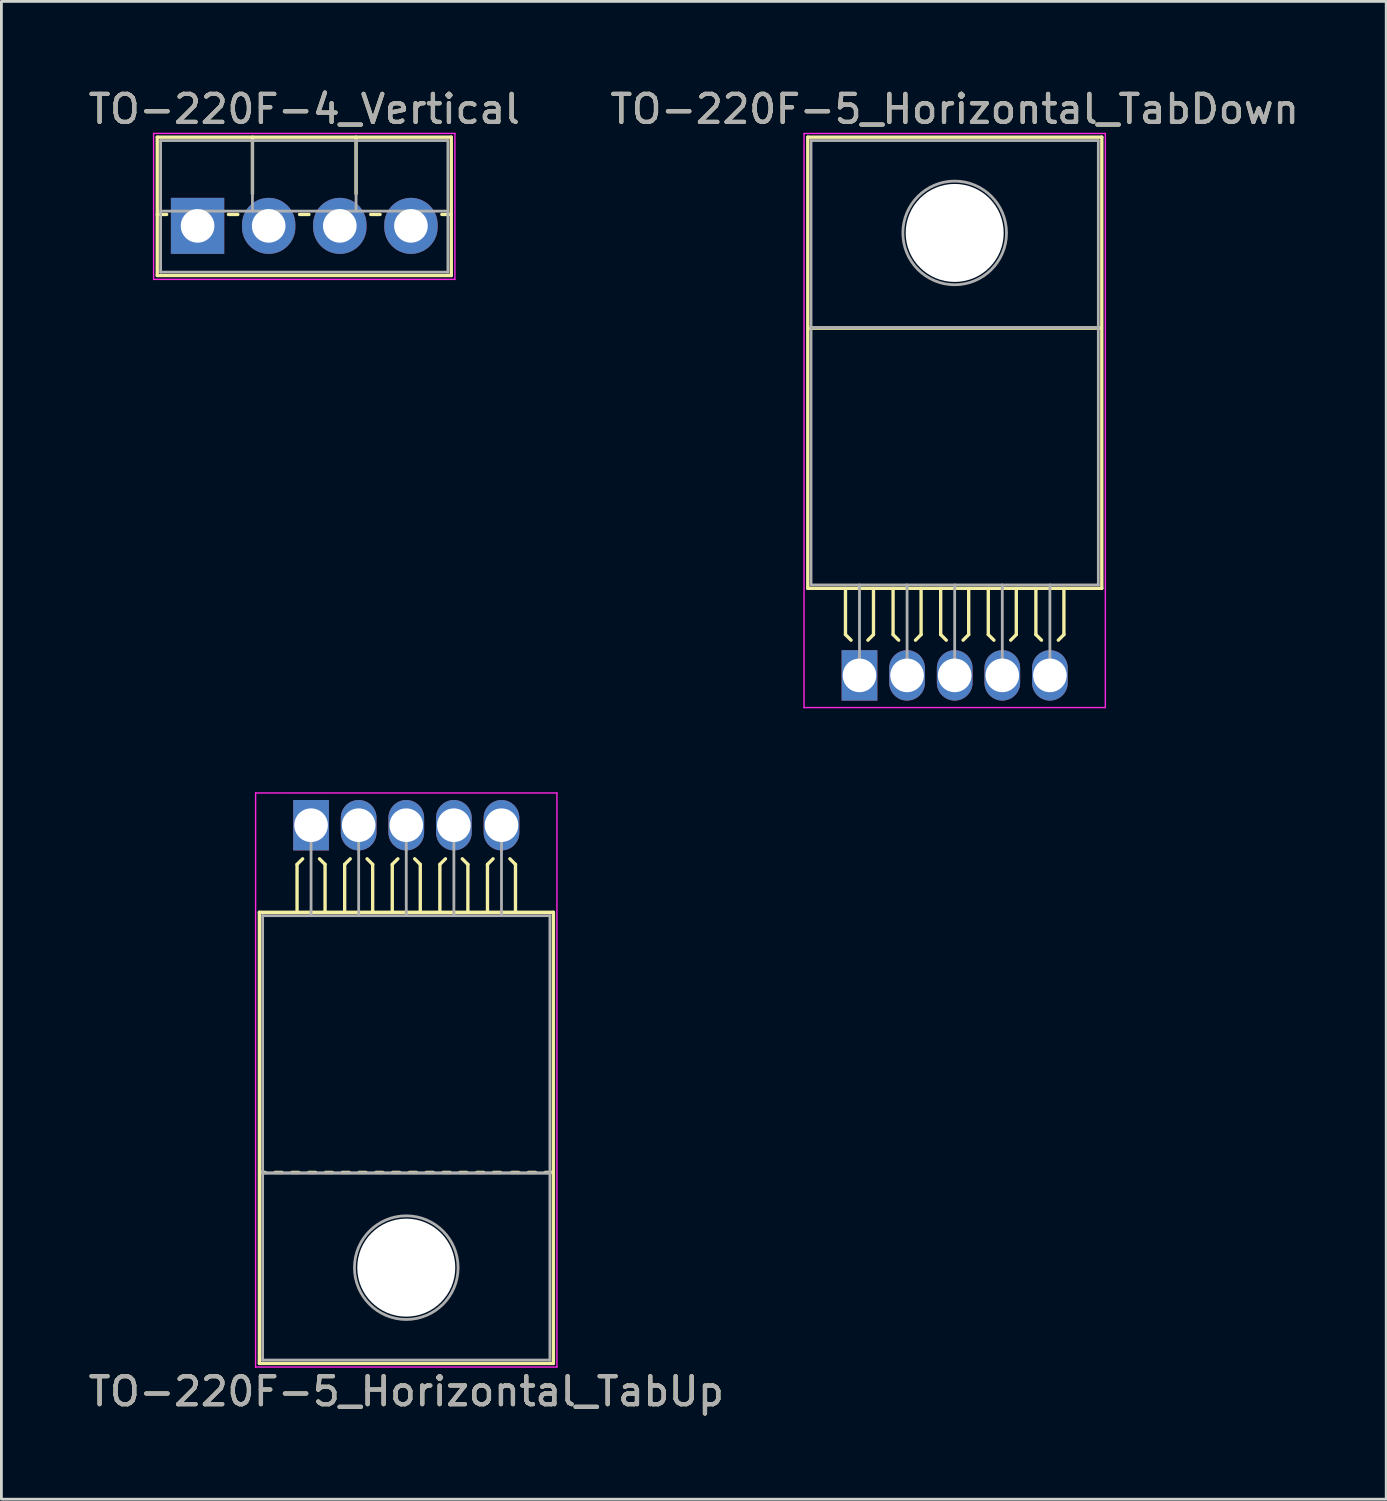
<source format=kicad_pcb>
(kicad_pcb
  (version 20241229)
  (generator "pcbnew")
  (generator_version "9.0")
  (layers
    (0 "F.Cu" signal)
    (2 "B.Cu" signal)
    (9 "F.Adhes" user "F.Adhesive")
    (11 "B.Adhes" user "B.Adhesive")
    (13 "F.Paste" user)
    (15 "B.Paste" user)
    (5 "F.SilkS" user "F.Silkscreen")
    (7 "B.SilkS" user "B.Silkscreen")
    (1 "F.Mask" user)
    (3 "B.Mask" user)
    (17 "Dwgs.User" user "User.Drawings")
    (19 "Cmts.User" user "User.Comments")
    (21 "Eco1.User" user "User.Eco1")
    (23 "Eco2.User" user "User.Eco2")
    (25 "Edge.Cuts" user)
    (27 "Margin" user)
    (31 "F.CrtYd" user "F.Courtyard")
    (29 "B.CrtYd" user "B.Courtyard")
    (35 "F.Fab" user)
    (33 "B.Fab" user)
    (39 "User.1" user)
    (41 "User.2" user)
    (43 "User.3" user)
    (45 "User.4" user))
  (footprint "TO-220F-5_Horizontal_TabDown"
    (layer "F.Cu")
    (at 27.642 21.068)
    (property "Reference" "TO-220F-5_Horizontal_TabDown" (at 3.4 -20.22 0) (layer "F.SilkS") (effects (font (size 1 1) (thickness 0.15))))
    (attr through_hole)
    (fp_line (start -1.846 -19.22) (end -1.846 -3.11) (stroke (width 0.12) (type solid)) (layer "F.SilkS"))
    (fp_line (start -1.846 -19.22) (end 8.654 -19.22) (stroke (width 0.12) (type solid)) (layer "F.SilkS"))
    (fp_line (start -1.846 -3.11) (end 8.654 -3.11) (stroke (width 0.12) (type solid)) (layer "F.SilkS"))
    (fp_line (start -1.836 -12.4) (end 8.614 -12.4) (stroke (width 0.12) (type solid)) (layer "F.SilkS"))
    (fp_line (start -0.5 -3.105) (end -0.5 -1.457) (stroke (width 0.12) (type solid)) (layer "F.SilkS"))
    (fp_line (start -0.5 -1.457) (end -0.3 -1.257) (stroke (width 0.12) (type solid)) (layer "F.SilkS"))
    (fp_line (start 0.5 -3.105) (end 0.5 -1.457) (stroke (width 0.12) (type solid)) (layer "F.SilkS"))
    (fp_line (start 0.5 -1.457) (end 0.3 -1.257) (stroke (width 0.12) (type solid)) (layer "F.SilkS"))
    (fp_line (start 1.2 -3.105) (end 1.2 -1.457) (stroke (width 0.12) (type solid)) (layer "F.SilkS"))
    (fp_line (start 1.2 -1.457) (end 1.4 -1.257) (stroke (width 0.12) (type solid)) (layer "F.SilkS"))
    (fp_line (start 2.2 -3.105) (end 2.2 -1.457) (stroke (width 0.12) (type solid)) (layer "F.SilkS"))
    (fp_line (start 2.2 -1.457) (end 2 -1.257) (stroke (width 0.12) (type solid)) (layer "F.SilkS"))
    (fp_line (start 2.9 -3.105) (end 2.9 -1.457) (stroke (width 0.12) (type solid)) (layer "F.SilkS"))
    (fp_line (start 2.9 -1.457) (end 3.1 -1.257) (stroke (width 0.12) (type solid)) (layer "F.SilkS"))
    (fp_line (start 3.9 -3.105) (end 3.9 -1.457) (stroke (width 0.12) (type solid)) (layer "F.SilkS"))
    (fp_line (start 3.9 -1.457) (end 3.7 -1.257) (stroke (width 0.12) (type solid)) (layer "F.SilkS"))
    (fp_line (start 4.6 -3.105) (end 4.6 -1.457) (stroke (width 0.12) (type solid)) (layer "F.SilkS"))
    (fp_line (start 4.6 -1.457) (end 4.8 -1.257) (stroke (width 0.12) (type solid)) (layer "F.SilkS"))
    (fp_line (start 5.6 -3.105) (end 5.6 -1.457) (stroke (width 0.12) (type solid)) (layer "F.SilkS"))
    (fp_line (start 5.6 -1.457) (end 5.4 -1.257) (stroke (width 0.12) (type solid)) (layer "F.SilkS"))
    (fp_line (start 6.3 -3.105) (end 6.3 -1.457) (stroke (width 0.12) (type solid)) (layer "F.SilkS"))
    (fp_line (start 6.3 -1.457) (end 6.5 -1.257) (stroke (width 0.12) (type solid)) (layer "F.SilkS"))
    (fp_line (start 7.3 -3.105) (end 7.3 -1.457) (stroke (width 0.12) (type solid)) (layer "F.SilkS"))
    (fp_line (start 7.3 -1.457) (end 7.1 -1.257) (stroke (width 0.12) (type solid)) (layer "F.SilkS"))
    (fp_line (start 8.654 -19.22) (end 8.654 -3.11) (stroke (width 0.12) (type solid)) (layer "F.SilkS"))
    (fp_line (start -1.98 -19.35) (end -1.98 1.15) (stroke (width 0.05) (type solid)) (layer "F.CrtYd"))
    (fp_line (start -1.98 1.15) (end 8.78 1.15) (stroke (width 0.05) (type solid)) (layer "F.CrtYd"))
    (fp_line (start 8.78 -19.35) (end -1.98 -19.35) (stroke (width 0.05) (type solid)) (layer "F.CrtYd"))
    (fp_line (start 8.78 1.15) (end 8.78 -19.35) (stroke (width 0.05) (type solid)) (layer "F.CrtYd"))
    (fp_line (start -1.73 -19.1) (end 8.53 -19.1) (stroke (width 0.1) (type solid)) (layer "F.Fab"))
    (fp_line (start -1.73 -12.42) (end -1.73 -19.1) (stroke (width 0.1) (type solid)) (layer "F.Fab"))
    (fp_line (start -1.73 -12.42) (end 8.53 -12.42) (stroke (width 0.1) (type solid)) (layer "F.Fab"))
    (fp_line (start -1.73 -3.23) (end -1.73 -12.42) (stroke (width 0.1) (type solid)) (layer "F.Fab"))
    (fp_line (start 0 -3.23) (end 0 0) (stroke (width 0.1) (type solid)) (layer "F.Fab"))
    (fp_line (start 1.7 -3.23) (end 1.7 0) (stroke (width 0.1) (type solid)) (layer "F.Fab"))
    (fp_line (start 3.4 -3.23) (end 3.4 0) (stroke (width 0.1) (type solid)) (layer "F.Fab"))
    (fp_line (start 5.1 -3.23) (end 5.1 0) (stroke (width 0.1) (type solid)) (layer "F.Fab"))
    (fp_line (start 6.8 -3.23) (end 6.8 0) (stroke (width 0.1) (type solid)) (layer "F.Fab"))
    (fp_line (start 8.53 -19.1) (end 8.53 -12.42) (stroke (width 0.1) (type solid)) (layer "F.Fab"))
    (fp_line (start 8.53 -12.42) (end -1.73 -12.42) (stroke (width 0.1) (type solid)) (layer "F.Fab"))
    (fp_line (start 8.53 -12.42) (end 8.53 -3.23) (stroke (width 0.1) (type solid)) (layer "F.Fab"))
    (fp_line (start 8.53 -3.23) (end -1.73 -3.23) (stroke (width 0.1) (type solid)) (layer "F.Fab"))
    (fp_circle (center 3.4 -15.8) (end 5.25 -15.8) (stroke (width 0.1) (type solid)) (fill no) (layer "F.Fab"))
    (fp_text user "${REFERENCE}" (at 3.4 -20.22 0) (layer "F.Fab") (effects (font (size 1 1) (thickness 0.15))))
    (pad "" np_thru_hole oval (at 3.4 -15.8) (size 3.5 3.5) (drill 3.5) (layers "*.Cu" "*.Mask"))
    (pad "1" thru_hole rect (at 0 0) (size 1.275 1.8) (drill 1.2) (layers "*.Cu" "*.Mask"))
    (pad "2" thru_hole oval (at 1.7 0) (size 1.275 1.8) (drill 1.2) (layers "*.Cu" "*.Mask"))
    (pad "3" thru_hole oval (at 3.4 0) (size 1.275 1.8) (drill 1.2) (layers "*.Cu" "*.Mask"))
    (pad "4" thru_hole oval (at 5.1 0) (size 1.275 1.8) (drill 1.2) (layers "*.Cu" "*.Mask"))
    (pad "5" thru_hole oval (at 6.8 0) (size 1.275 1.8) (drill 1.2) (layers "*.Cu" "*.Mask")))
  (footprint "TO-220F-5_Horizontal_TabUp"
    (layer "F.Cu")
    (at 8.058 26.418)
    (property "Reference" "TO-220F-5_Horizontal_TabUp" (at 3.4 20.22 0) (layer "F.SilkS") (effects (font (size 1 1) (thickness 0.15))))
    (attr through_hole)
    (fp_line (start -1.846 19.22) (end -1.846 3.11) (stroke (width 0.12) (type solid)) (layer "F.SilkS"))
    (fp_line (start -1.636 12.4) (end -1.836 12.4) (stroke (width 0.12) (type solid)) (layer "F.SilkS"))
    (fp_line (start -1.036 12.4) (end -1.286 12.4) (stroke (width 0.12) (type solid)) (layer "F.SilkS"))
    (fp_line (start -0.5 1.4) (end -0.3 1.2) (stroke (width 0.12) (type solid)) (layer "F.SilkS"))
    (fp_line (start -0.5 3.048) (end -0.5 1.4) (stroke (width 0.12) (type solid)) (layer "F.SilkS"))
    (fp_line (start -0.436 12.4) (end -0.686 12.4) (stroke (width 0.12) (type solid)) (layer "F.SilkS"))
    (fp_line (start 0.164 12.4) (end -0.086 12.4) (stroke (width 0.12) (type solid)) (layer "F.SilkS"))
    (fp_line (start 0.5 1.4) (end 0.3 1.2) (stroke (width 0.12) (type solid)) (layer "F.SilkS"))
    (fp_line (start 0.5 3.048) (end 0.5 1.4) (stroke (width 0.12) (type solid)) (layer "F.SilkS"))
    (fp_line (start 0.764 12.4) (end 0.514 12.4) (stroke (width 0.12) (type solid)) (layer "F.SilkS"))
    (fp_line (start 1.2 1.4) (end 1.4 1.2) (stroke (width 0.12) (type solid)) (layer "F.SilkS"))
    (fp_line (start 1.2 3.048) (end 1.2 1.4) (stroke (width 0.12) (type solid)) (layer "F.SilkS"))
    (fp_line (start 1.364 12.4) (end 1.114 12.4) (stroke (width 0.12) (type solid)) (layer "F.SilkS"))
    (fp_line (start 1.964 12.4) (end 1.714 12.4) (stroke (width 0.12) (type solid)) (layer "F.SilkS"))
    (fp_line (start 2.2 1.4) (end 2 1.2) (stroke (width 0.12) (type solid)) (layer "F.SilkS"))
    (fp_line (start 2.2 3.048) (end 2.2 1.4) (stroke (width 0.12) (type solid)) (layer "F.SilkS"))
    (fp_line (start 2.564 12.4) (end 2.314 12.4) (stroke (width 0.12) (type solid)) (layer "F.SilkS"))
    (fp_line (start 2.9 1.4) (end 3.1 1.2) (stroke (width 0.12) (type solid)) (layer "F.SilkS"))
    (fp_line (start 2.9 3.048) (end 2.9 1.4) (stroke (width 0.12) (type solid)) (layer "F.SilkS"))
    (fp_line (start 3.164 12.4) (end 2.914 12.4) (stroke (width 0.12) (type solid)) (layer "F.SilkS"))
    (fp_line (start 3.764 12.4) (end 3.514 12.4) (stroke (width 0.12) (type solid)) (layer "F.SilkS"))
    (fp_line (start 3.9 1.4) (end 3.7 1.2) (stroke (width 0.12) (type solid)) (layer "F.SilkS"))
    (fp_line (start 3.9 3.048) (end 3.9 1.4) (stroke (width 0.12) (type solid)) (layer "F.SilkS"))
    (fp_line (start 4.364 12.4) (end 4.114 12.4) (stroke (width 0.12) (type solid)) (layer "F.SilkS"))
    (fp_line (start 4.6 1.4) (end 4.8 1.2) (stroke (width 0.12) (type solid)) (layer "F.SilkS"))
    (fp_line (start 4.6 3.048) (end 4.6 1.4) (stroke (width 0.12) (type solid)) (layer "F.SilkS"))
    (fp_line (start 4.964 12.4) (end 4.714 12.4) (stroke (width 0.12) (type solid)) (layer "F.SilkS"))
    (fp_line (start 5.564 12.4) (end 5.314 12.4) (stroke (width 0.12) (type solid)) (layer "F.SilkS"))
    (fp_line (start 5.6 1.4) (end 5.4 1.2) (stroke (width 0.12) (type solid)) (layer "F.SilkS"))
    (fp_line (start 5.6 3.048) (end 5.6 1.4) (stroke (width 0.12) (type solid)) (layer "F.SilkS"))
    (fp_line (start 6.164 12.4) (end 5.914 12.4) (stroke (width 0.12) (type solid)) (layer "F.SilkS"))
    (fp_line (start 6.3 1.4) (end 6.5 1.2) (stroke (width 0.12) (type solid)) (layer "F.SilkS"))
    (fp_line (start 6.3 3.048) (end 6.3 1.4) (stroke (width 0.12) (type solid)) (layer "F.SilkS"))
    (fp_line (start 6.764 12.4) (end 6.514 12.4) (stroke (width 0.12) (type solid)) (layer "F.SilkS"))
    (fp_line (start 7.3 1.4) (end 7.1 1.2) (stroke (width 0.12) (type solid)) (layer "F.SilkS"))
    (fp_line (start 7.3 3.048) (end 7.3 1.4) (stroke (width 0.12) (type solid)) (layer "F.SilkS"))
    (fp_line (start 7.414 12.4) (end 7.164 12.4) (stroke (width 0.12) (type solid)) (layer "F.SilkS"))
    (fp_line (start 8.014 12.4) (end 7.764 12.4) (stroke (width 0.12) (type solid)) (layer "F.SilkS"))
    (fp_line (start 8.614 12.4) (end 8.364 12.4) (stroke (width 0.12) (type solid)) (layer "F.SilkS"))
    (fp_line (start 8.654 3.11) (end -1.846 3.11) (stroke (width 0.12) (type solid)) (layer "F.SilkS"))
    (fp_line (start 8.654 19.22) (end -1.846 19.22) (stroke (width 0.12) (type solid)) (layer "F.SilkS"))
    (fp_line (start 8.654 19.22) (end 8.654 3.11) (stroke (width 0.12) (type solid)) (layer "F.SilkS"))
    (fp_line (start -1.98 -1.15) (end -1.98 19.35) (stroke (width 0.05) (type solid)) (layer "F.CrtYd"))
    (fp_line (start -1.98 19.35) (end 8.78 19.35) (stroke (width 0.05) (type solid)) (layer "F.CrtYd"))
    (fp_line (start 8.78 -1.15) (end -1.98 -1.15) (stroke (width 0.05) (type solid)) (layer "F.CrtYd"))
    (fp_line (start 8.78 19.35) (end 8.78 -1.15) (stroke (width 0.05) (type solid)) (layer "F.CrtYd"))
    (fp_line (start -1.73 3.23) (end -1.73 12.42) (stroke (width 0.1) (type solid)) (layer "F.Fab"))
    (fp_line (start -1.73 12.42) (end -1.73 19.1) (stroke (width 0.1) (type solid)) (layer "F.Fab"))
    (fp_line (start -1.73 12.42) (end 8.53 12.42) (stroke (width 0.1) (type solid)) (layer "F.Fab"))
    (fp_line (start -1.73 19.1) (end 8.53 19.1) (stroke (width 0.1) (type solid)) (layer "F.Fab"))
    (fp_line (start 0 3.23) (end 0 0) (stroke (width 0.1) (type solid)) (layer "F.Fab"))
    (fp_line (start 1.7 3.23) (end 1.7 0) (stroke (width 0.1) (type solid)) (layer "F.Fab"))
    (fp_line (start 3.4 3.23) (end 3.4 0) (stroke (width 0.1) (type solid)) (layer "F.Fab"))
    (fp_line (start 5.1 3.23) (end 5.1 0) (stroke (width 0.1) (type solid)) (layer "F.Fab"))
    (fp_line (start 6.8 3.23) (end 6.8 0) (stroke (width 0.1) (type solid)) (layer "F.Fab"))
    (fp_line (start 8.53 3.23) (end -1.73 3.23) (stroke (width 0.1) (type solid)) (layer "F.Fab"))
    (fp_line (start 8.53 12.42) (end -1.73 12.42) (stroke (width 0.1) (type solid)) (layer "F.Fab"))
    (fp_line (start 8.53 12.42) (end 8.53 3.23) (stroke (width 0.1) (type solid)) (layer "F.Fab"))
    (fp_line (start 8.53 19.1) (end 8.53 12.42) (stroke (width 0.1) (type solid)) (layer "F.Fab"))
    (fp_circle (center 3.4 15.8) (end 5.25 15.8) (stroke (width 0.1) (type solid)) (fill no) (layer "F.Fab"))
    (fp_text user "${REFERENCE}" (at 3.4 20.22 0) (layer "F.Fab") (effects (font (size 1 1) (thickness 0.15))))
    (pad "" np_thru_hole oval (at 3.4 15.8) (size 3.5 3.5) (drill 3.5) (layers "*.Cu" "*.Mask"))
    (pad "1" thru_hole rect (at 0 0) (size 1.275 1.8) (drill 1.2) (layers "*.Cu" "*.Mask"))
    (pad "2" thru_hole oval (at 1.7 0) (size 1.275 1.8) (drill 1.2) (layers "*.Cu" "*.Mask"))
    (pad "3" thru_hole oval (at 3.4 0) (size 1.275 1.8) (drill 1.2) (layers "*.Cu" "*.Mask"))
    (pad "4" thru_hole oval (at 5.1 0) (size 1.275 1.8) (drill 1.2) (layers "*.Cu" "*.Mask"))
    (pad "5" thru_hole oval (at 6.8 0) (size 1.275 1.8) (drill 1.2) (layers "*.Cu" "*.Mask")))
  (footprint "TO-220F-4_Vertical"
    (layer "F.Cu")
    (at 4.005 5.016)
    (property "Reference" "TO-220F-4_Vertical" (at 3.81 -4.168 0) (layer "F.SilkS") (effects (font (size 1 1) (thickness 0.15))))
    (attr through_hole)
    (fp_line (start -1.44 -3.168) (end -1.44 1.773) (stroke (width 0.12) (type solid)) (layer "F.SilkS"))
    (fp_line (start -1.44 -3.168) (end 9.06 -3.168) (stroke (width 0.12) (type solid)) (layer "F.SilkS"))
    (fp_line (start -1.44 -0.408) (end -1.103 -0.408) (stroke (width 0.12) (type solid)) (layer "F.SilkS"))
    (fp_line (start -1.44 1.773) (end 9.06 1.773) (stroke (width 0.12) (type solid)) (layer "F.SilkS"))
    (fp_line (start 1.103 -0.408) (end 1.438 -0.408) (stroke (width 0.12) (type solid)) (layer "F.SilkS"))
    (fp_line (start 1.96 -3.168) (end 1.96 -1.15) (stroke (width 0.12) (type solid)) (layer "F.SilkS"))
    (fp_line (start 3.643 -0.408) (end 3.978 -0.408) (stroke (width 0.12) (type solid)) (layer "F.SilkS"))
    (fp_line (start 5.66 -3.168) (end 5.66 -1.15) (stroke (width 0.12) (type solid)) (layer "F.SilkS"))
    (fp_line (start 6.183 -0.408) (end 6.518 -0.408) (stroke (width 0.12) (type solid)) (layer "F.SilkS"))
    (fp_line (start 8.723 -0.408) (end 9.06 -0.408) (stroke (width 0.12) (type solid)) (layer "F.SilkS"))
    (fp_line (start 9.06 -3.168) (end 9.06 1.773) (stroke (width 0.12) (type solid)) (layer "F.SilkS"))
    (fp_line (start -1.57 -3.3) (end -1.57 1.91) (stroke (width 0.05) (type solid)) (layer "F.CrtYd"))
    (fp_line (start -1.57 1.91) (end 9.19 1.91) (stroke (width 0.05) (type solid)) (layer "F.CrtYd"))
    (fp_line (start 9.19 -3.3) (end -1.57 -3.3) (stroke (width 0.05) (type solid)) (layer "F.CrtYd"))
    (fp_line (start 9.19 1.91) (end 9.19 -3.3) (stroke (width 0.05) (type solid)) (layer "F.CrtYd"))
    (fp_line (start -1.32 -3.047) (end -1.32 1.653) (stroke (width 0.1) (type solid)) (layer "F.Fab"))
    (fp_line (start -1.32 -0.527) (end 8.94 -0.527) (stroke (width 0.1) (type solid)) (layer "F.Fab"))
    (fp_line (start -1.32 1.653) (end 8.94 1.653) (stroke (width 0.1) (type solid)) (layer "F.Fab"))
    (fp_line (start 1.96 -3.047) (end 1.96 -0.527) (stroke (width 0.1) (type solid)) (layer "F.Fab"))
    (fp_line (start 5.66 -3.047) (end 5.66 -0.527) (stroke (width 0.1) (type solid)) (layer "F.Fab"))
    (fp_line (start 8.94 -3.047) (end -1.32 -3.047) (stroke (width 0.1) (type solid)) (layer "F.Fab"))
    (fp_line (start 8.94 1.653) (end 8.94 -3.047) (stroke (width 0.1) (type solid)) (layer "F.Fab"))
    (fp_text user "${REFERENCE}" (at 3.81 -4.168 0) (layer "F.Fab") (effects (font (size 1 1) (thickness 0.15))))
    (pad "1" thru_hole rect (at 0 0) (size 1.905 2) (drill 1.2) (layers "*.Cu" "*.Mask"))
    (pad "2" thru_hole oval (at 2.54 0) (size 1.905 2) (drill 1.2) (layers "*.Cu" "*.Mask"))
    (pad "3" thru_hole oval (at 5.08 0) (size 1.905 2) (drill 1.2) (layers "*.Cu" "*.Mask"))
    (pad "4" thru_hole oval (at 7.62 0) (size 1.905 2) (drill 1.2) (layers "*.Cu" "*.Mask")))
  (gr_rect
    (start -3 -3)
    (end 46.452 50.486)
    (stroke (width 0.1) (type default))
    (fill no)
    (layer "Edge.Cuts")))
</source>
